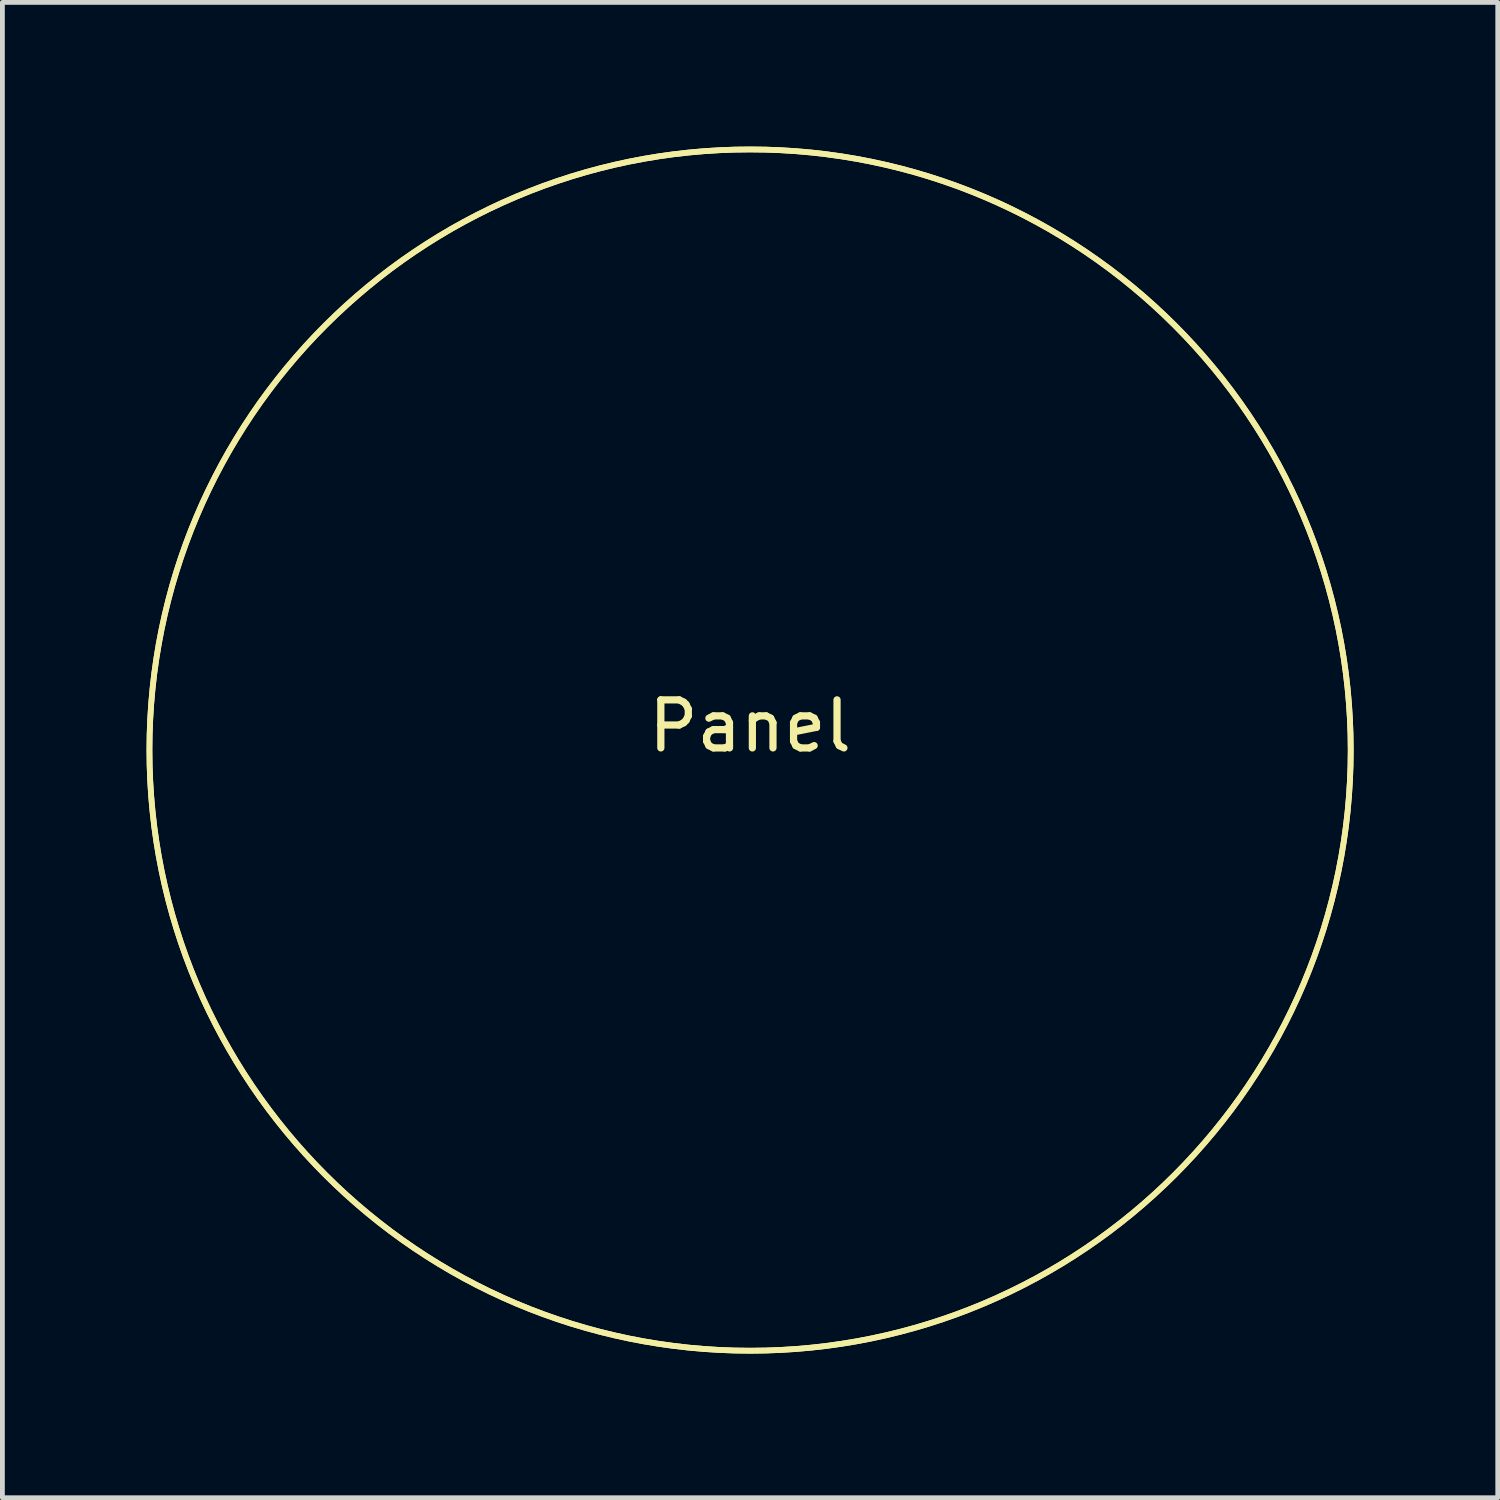
<source format=kicad_pcb>
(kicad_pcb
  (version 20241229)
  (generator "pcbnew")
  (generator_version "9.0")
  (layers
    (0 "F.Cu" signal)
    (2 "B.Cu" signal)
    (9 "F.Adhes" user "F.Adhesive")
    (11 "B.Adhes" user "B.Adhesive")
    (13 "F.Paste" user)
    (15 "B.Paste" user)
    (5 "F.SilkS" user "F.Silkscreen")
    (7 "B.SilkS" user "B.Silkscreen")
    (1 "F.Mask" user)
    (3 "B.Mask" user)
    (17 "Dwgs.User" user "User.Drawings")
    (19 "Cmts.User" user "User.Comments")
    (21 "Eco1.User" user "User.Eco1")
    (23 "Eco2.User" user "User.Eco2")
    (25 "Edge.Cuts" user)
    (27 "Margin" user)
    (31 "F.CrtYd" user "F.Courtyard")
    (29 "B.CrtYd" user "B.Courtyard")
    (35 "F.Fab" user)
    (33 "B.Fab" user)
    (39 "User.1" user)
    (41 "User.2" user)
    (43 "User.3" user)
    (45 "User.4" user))
  (footprint "Panel"
    (layer "F.Cu")
    (at 12.56 12.56)
    (property "Reference" "Panel" (at 0 -0.5 0) (unlocked yes) (layer "F.SilkS") (effects (font (size 1 1) (thickness 0.15))))
    (attr through_hole)
    (fp_circle (center 0 0) (end 12.5 0) (stroke (width 0.12) (type default)) (fill no) (layer "F.SilkS"))
    (fp_circle (center 0 0) (end 12.5 0) (stroke (width 0.12) (type default)) (fill no) (layer "F.SilkS")))
  (gr_rect
    (start -3 -3)
    (end 28.12 28.12)
    (stroke (width 0.1) (type default))
    (fill no)
    (layer "Edge.Cuts")))
</source>
